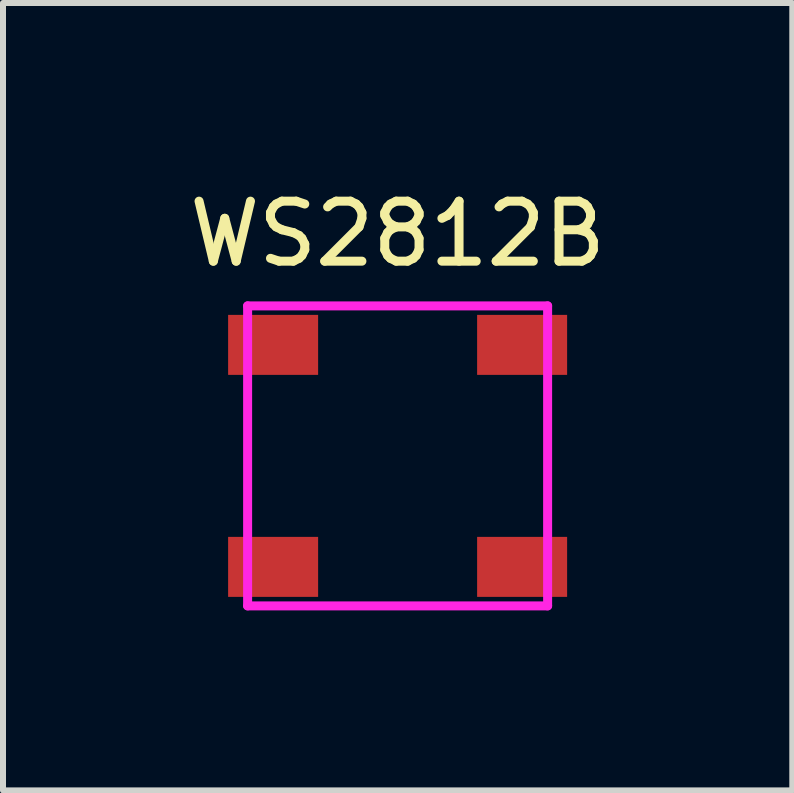
<source format=kicad_pcb>
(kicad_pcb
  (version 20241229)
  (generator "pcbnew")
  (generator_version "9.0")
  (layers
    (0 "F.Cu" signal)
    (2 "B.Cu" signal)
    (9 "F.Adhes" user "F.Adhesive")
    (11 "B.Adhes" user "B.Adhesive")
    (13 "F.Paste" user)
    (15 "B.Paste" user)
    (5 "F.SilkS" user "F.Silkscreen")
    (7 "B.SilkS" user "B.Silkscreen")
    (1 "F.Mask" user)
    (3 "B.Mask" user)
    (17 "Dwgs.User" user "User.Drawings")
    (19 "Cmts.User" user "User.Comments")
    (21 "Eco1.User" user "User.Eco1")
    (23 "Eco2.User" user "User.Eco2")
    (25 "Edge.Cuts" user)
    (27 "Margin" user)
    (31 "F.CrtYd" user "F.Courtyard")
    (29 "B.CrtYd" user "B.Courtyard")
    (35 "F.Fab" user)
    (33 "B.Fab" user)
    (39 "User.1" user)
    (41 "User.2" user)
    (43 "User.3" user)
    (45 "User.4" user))
  (footprint "WS2812B"
    (layer "F.Cu")
    (at 3.577 4.548)
    (property "Reference" "WS2812B" (at 0 -3.7 0) (layer "F.SilkS") (effects (font (size 1 1) (thickness 0.15))))
    (attr through_hole)
    (fp_line (start -2.5 -2.5) (end -2.5 2.5) (stroke (width 0.15) (type solid)) (layer "F.CrtYd"))
    (fp_line (start -2.5 2.5) (end 2.5 2.5) (stroke (width 0.15) (type solid)) (layer "F.CrtYd"))
    (fp_line (start 2.5 -2.5) (end -2.5 -2.5) (stroke (width 0.15) (type solid)) (layer "F.CrtYd"))
    (fp_line (start 2.5 2.5) (end 2.5 -2.5) (stroke (width 0.15) (type solid)) (layer "F.CrtYd"))
    (pad "1" smd rect (at -2.075 -1.85) (size 1.5 1) (layers "F.Cu" "F.Mask" "F.Paste"))
    (pad "2" smd rect (at -2.075 1.85) (size 1.5 1) (layers "F.Cu" "F.Mask" "F.Paste"))
    (pad "3" smd rect (at 2.075 1.85) (size 1.5 1) (layers "F.Cu" "F.Mask" "F.Paste"))
    (pad "4" smd rect (at 2.075 -1.85) (size 1.5 1) (layers "F.Cu" "F.Mask" "F.Paste")))
  (gr_rect
    (start -3 -3)
    (end 10.155 10.123)
    (stroke (width 0.1) (type default))
    (fill no)
    (layer "Edge.Cuts")))
</source>
